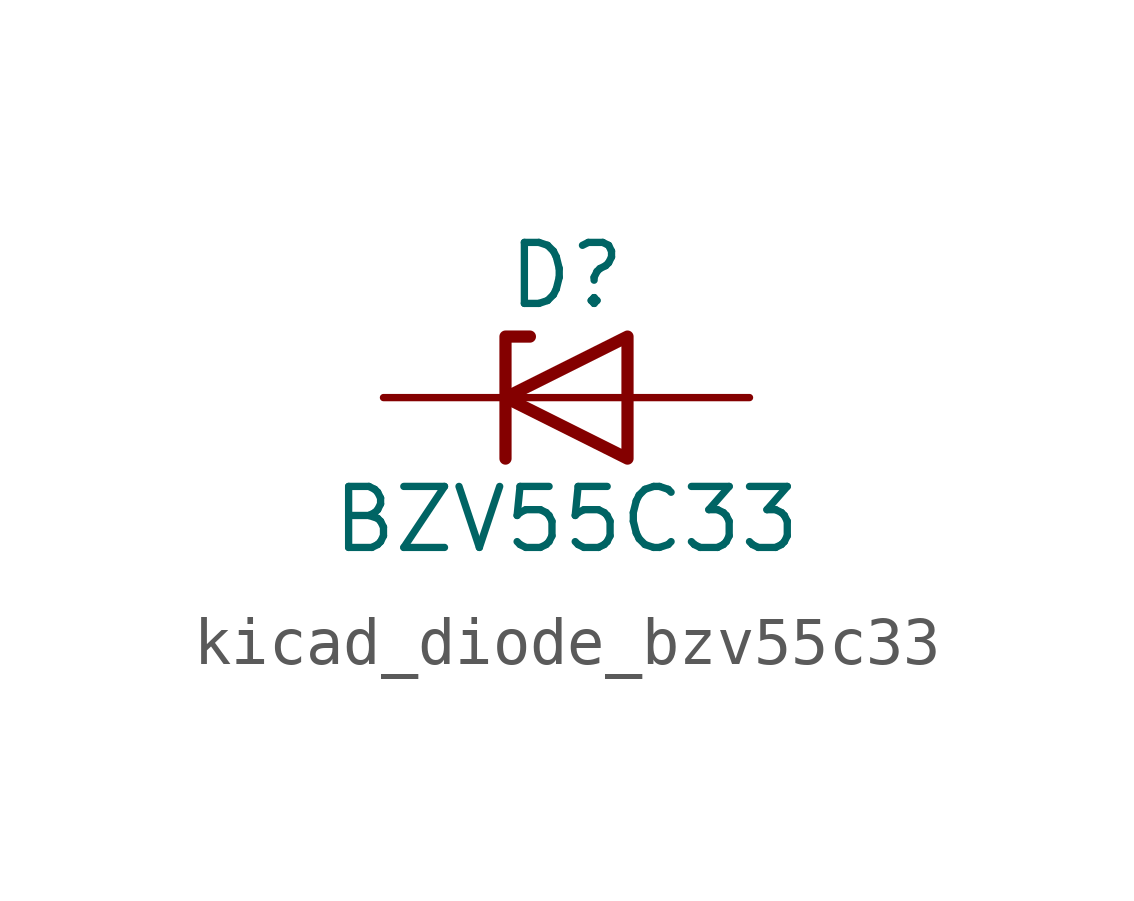
<source format=kicad_sym>
(kicad_symbol_lib
  (version 20220914)
  (generator kicad_symbol_editor)
  (symbol "kicad_diode_bzv55c33"
    (pin_numbers hide)
    (pin_names hide)
    (property "Reference" "D"
      (at 0 2.54 0)
      (effects (font (size 1.27 1.27))))
    (property "Value" "BZV55C33"
      (at 0 -2.54 0)
      (effects (font (size 1.27 1.27))))
    (symbol "kicad_diode_bzv55c33_0_1"
      (polyline (pts (xy 1.27 0) (xy -1.27 0)) (stroke (width 0) (type default)) (fill (type none)))
      (polyline (pts (xy -1.27 -1.27) (xy -1.27 1.27) (xy -0.762 1.27)) (stroke (width 0.254) (type default)) (fill (type none)))
      (polyline (pts (xy 1.27 -1.27) (xy 1.27 1.27) (xy -1.27 0) (xy 1.27 -1.27)) (stroke (width 0.254) (type default)) (fill (type none))))
    (symbol "kicad_diode_bzv55c33_1_1"
      (pin passive line (at -3.81 0 0) (length 2.54) (name "K" (effects (font (size 1.27 1.27)))) (number "1" (effects (font (size 1.27 1.27)))))
      (pin passive line (at 3.81 0 180) (length 2.54) (name "A" (effects (font (size 1.27 1.27)))) (number "2" (effects (font (size 1.27 1.27))))))))
</source>
